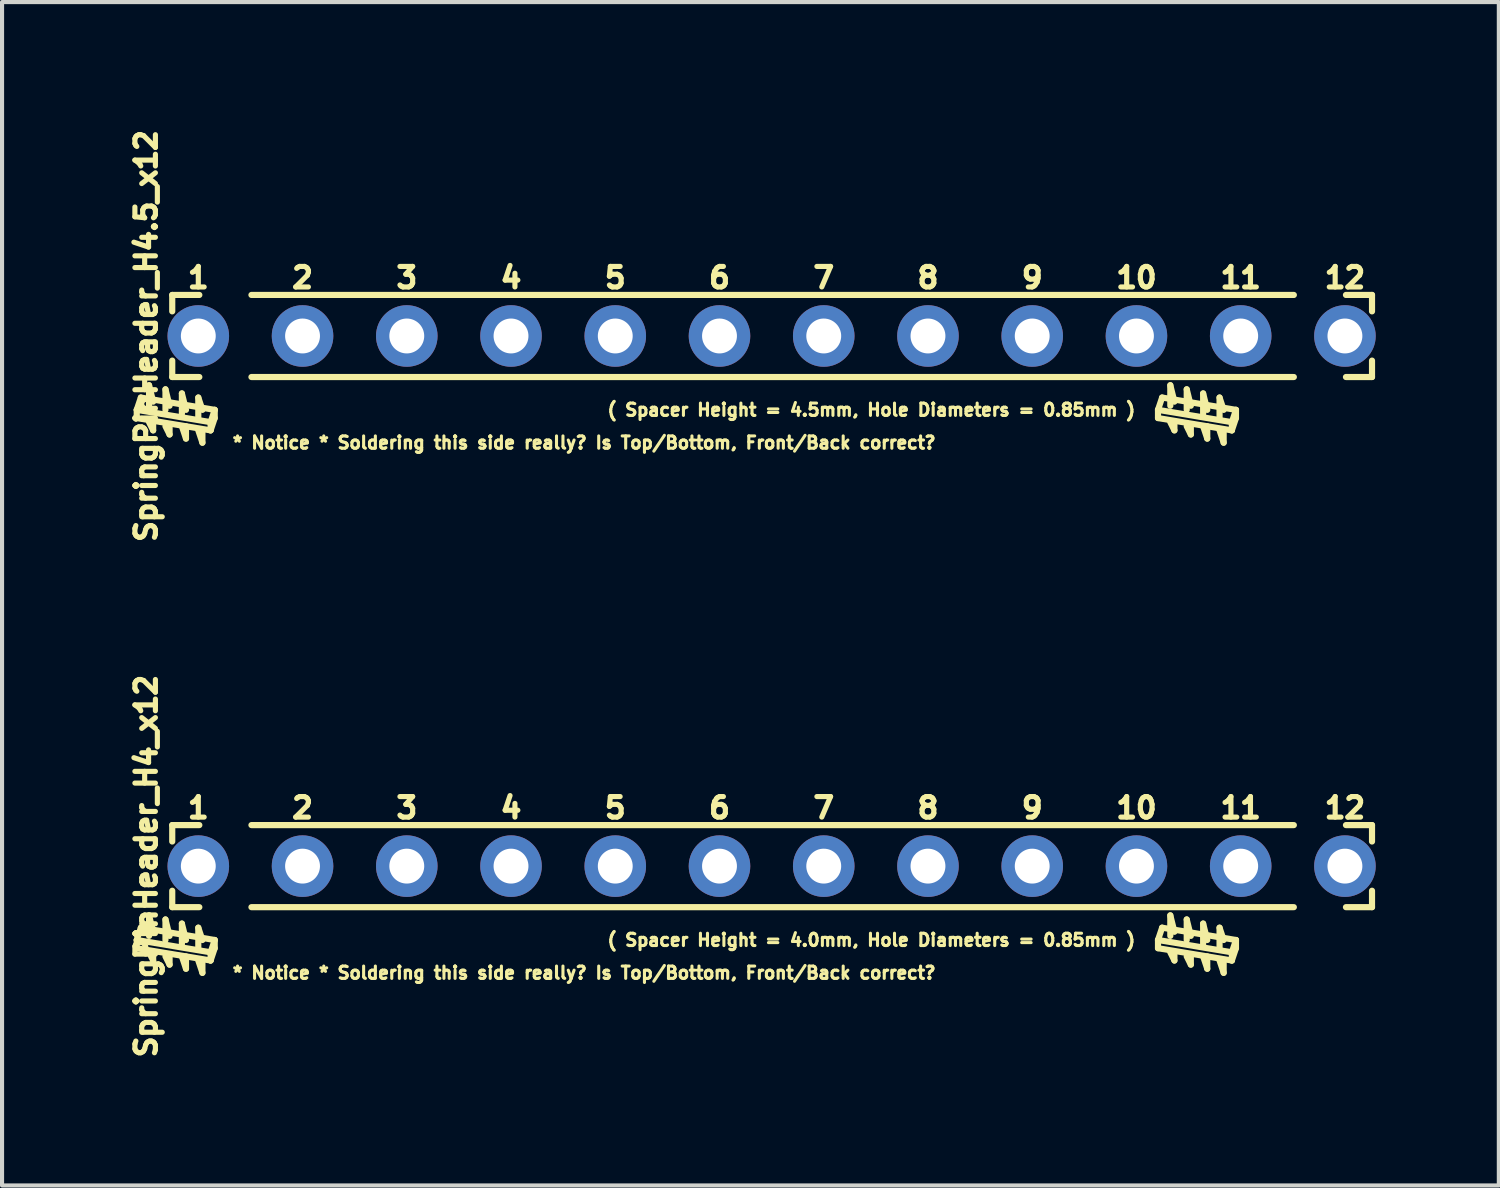
<source format=kicad_pcb>
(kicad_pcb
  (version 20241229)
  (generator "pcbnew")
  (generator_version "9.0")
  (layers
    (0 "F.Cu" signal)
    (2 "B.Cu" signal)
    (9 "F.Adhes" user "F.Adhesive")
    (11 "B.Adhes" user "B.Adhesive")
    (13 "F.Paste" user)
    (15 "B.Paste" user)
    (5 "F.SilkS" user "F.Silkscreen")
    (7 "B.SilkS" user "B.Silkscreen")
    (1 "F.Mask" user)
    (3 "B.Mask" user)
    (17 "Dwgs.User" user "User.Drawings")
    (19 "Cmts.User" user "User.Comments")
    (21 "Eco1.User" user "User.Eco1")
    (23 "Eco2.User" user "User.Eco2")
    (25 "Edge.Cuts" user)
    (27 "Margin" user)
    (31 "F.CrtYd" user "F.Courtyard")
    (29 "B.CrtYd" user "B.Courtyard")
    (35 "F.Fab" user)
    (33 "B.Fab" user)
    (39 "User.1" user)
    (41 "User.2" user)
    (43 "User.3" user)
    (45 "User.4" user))
  (footprint "SpringPinHeader_H4_x12"
    (layer "F.Cu")
    (at 1.782 18.055)
    (property "Reference" "SpringPinHeader_H4_x12" (at -1.27 0 90) (layer "F.SilkS") (effects (font (size 0.5 0.5) (thickness 0.125))))
    (attr through_hole)
    (fp_line (start -1.5 1.8) (end -1.5 2) (stroke (width 0.15) (type solid)) (layer "F.SilkS"))
    (fp_line (start -1.5 1.8) (end 0.3 2.1) (stroke (width 0.15) (type solid)) (layer "F.SilkS"))
    (fp_line (start -1.5 2) (end 0.3 2.3) (stroke (width 0.15) (type solid)) (layer "F.SilkS"))
    (fp_line (start -1.4 1.5) (end -1.5 1.8) (stroke (width 0.15) (type solid)) (layer "F.SilkS"))
    (fp_line (start -1.2 1.2) (end -1.1 1.6) (stroke (width 0.15) (type solid)) (layer "F.SilkS"))
    (fp_line (start -1.2 1.7) (end -1.2 1.2) (stroke (width 0.15) (type solid)) (layer "F.SilkS"))
    (fp_line (start -1.2 2.1) (end -1.1 2.3) (stroke (width 0.15) (type solid)) (layer "F.SilkS"))
    (fp_line (start -1.1 2.3) (end -1.1 2.1) (stroke (width 0.15) (type solid)) (layer "F.SilkS"))
    (fp_line (start -0.8 1.3) (end -0.7 1.7) (stroke (width 0.15) (type solid)) (layer "F.SilkS"))
    (fp_line (start -0.8 1.8) (end -0.8 1.3) (stroke (width 0.15) (type solid)) (layer "F.SilkS"))
    (fp_line (start -0.8 2.2) (end -0.7 2.4) (stroke (width 0.15) (type solid)) (layer "F.SilkS"))
    (fp_line (start -0.7 2.4) (end -0.7 2.2) (stroke (width 0.15) (type solid)) (layer "F.SilkS"))
    (fp_line (start -0.635 -1) (end -0.635 -0.6) (stroke (width 0.15) (type solid)) (layer "F.SilkS"))
    (fp_line (start -0.635 -1) (end 0.025 -1) (stroke (width 0.15) (type solid)) (layer "F.SilkS"))
    (fp_line (start -0.635 1) (end -0.635 0.6) (stroke (width 0.15) (type solid)) (layer "F.SilkS"))
    (fp_line (start -0.635 1) (end 0.025 1) (stroke (width 0.15) (type solid)) (layer "F.SilkS"))
    (fp_line (start -0.4 1.4) (end -0.3 1.8) (stroke (width 0.15) (type solid)) (layer "F.SilkS"))
    (fp_line (start -0.4 1.9) (end -0.4 1.4) (stroke (width 0.15) (type solid)) (layer "F.SilkS"))
    (fp_line (start -0.4 2.2) (end -0.3 2.5) (stroke (width 0.15) (type solid)) (layer "F.SilkS"))
    (fp_line (start -0.3 2.5) (end -0.3 2.2) (stroke (width 0.15) (type solid)) (layer "F.SilkS"))
    (fp_line (start 0 1.5) (end 0.1 1.8) (stroke (width 0.15) (type solid)) (layer "F.SilkS"))
    (fp_line (start 0 2) (end 0 1.5) (stroke (width 0.15) (type solid)) (layer "F.SilkS"))
    (fp_line (start 0 2.3) (end 0.1 2.6) (stroke (width 0.15) (type solid)) (layer "F.SilkS"))
    (fp_line (start 0.1 2.6) (end 0.1 2.3) (stroke (width 0.15) (type solid)) (layer "F.SilkS"))
    (fp_line (start 0.3 2.1) (end 0.4 1.8) (stroke (width 0.15) (type solid)) (layer "F.SilkS"))
    (fp_line (start 0.3 2.3) (end 0.3 2.1) (stroke (width 0.15) (type solid)) (layer "F.SilkS"))
    (fp_line (start 0.4 1.8) (end -1.4 1.5) (stroke (width 0.15) (type solid)) (layer "F.SilkS"))
    (fp_line (start 0.4 1.8) (end 0.4 2) (stroke (width 0.15) (type solid)) (layer "F.SilkS"))
    (fp_line (start 0.4 2) (end 0.3 2.3) (stroke (width 0.15) (type solid)) (layer "F.SilkS"))
    (fp_line (start 1.295 -1) (end 26.695 -1) (stroke (width 0.15) (type solid)) (layer "F.SilkS"))
    (fp_line (start 23.385 1.8) (end 23.385 2) (stroke (width 0.15) (type solid)) (layer "F.SilkS"))
    (fp_line (start 23.385 1.8) (end 25.185 2.1) (stroke (width 0.15) (type solid)) (layer "F.SilkS"))
    (fp_line (start 23.385 2) (end 25.185 2.3) (stroke (width 0.15) (type solid)) (layer "F.SilkS"))
    (fp_line (start 23.485 1.5) (end 23.385 1.8) (stroke (width 0.15) (type solid)) (layer "F.SilkS"))
    (fp_line (start 23.685 1.2) (end 23.785 1.6) (stroke (width 0.15) (type solid)) (layer "F.SilkS"))
    (fp_line (start 23.685 1.7) (end 23.685 1.2) (stroke (width 0.15) (type solid)) (layer "F.SilkS"))
    (fp_line (start 23.685 2.1) (end 23.785 2.3) (stroke (width 0.15) (type solid)) (layer "F.SilkS"))
    (fp_line (start 23.785 2.3) (end 23.785 2.1) (stroke (width 0.15) (type solid)) (layer "F.SilkS"))
    (fp_line (start 24.085 1.3) (end 24.185 1.7) (stroke (width 0.15) (type solid)) (layer "F.SilkS"))
    (fp_line (start 24.085 1.8) (end 24.085 1.3) (stroke (width 0.15) (type solid)) (layer "F.SilkS"))
    (fp_line (start 24.085 2.2) (end 24.185 2.4) (stroke (width 0.15) (type solid)) (layer "F.SilkS"))
    (fp_line (start 24.185 2.4) (end 24.185 2.2) (stroke (width 0.15) (type solid)) (layer "F.SilkS"))
    (fp_line (start 24.485 1.4) (end 24.585 1.8) (stroke (width 0.15) (type solid)) (layer "F.SilkS"))
    (fp_line (start 24.485 1.9) (end 24.485 1.4) (stroke (width 0.15) (type solid)) (layer "F.SilkS"))
    (fp_line (start 24.485 2.2) (end 24.585 2.5) (stroke (width 0.15) (type solid)) (layer "F.SilkS"))
    (fp_line (start 24.585 2.5) (end 24.585 2.2) (stroke (width 0.15) (type solid)) (layer "F.SilkS"))
    (fp_line (start 24.885 1.5) (end 24.985 1.8) (stroke (width 0.15) (type solid)) (layer "F.SilkS"))
    (fp_line (start 24.885 2) (end 24.885 1.5) (stroke (width 0.15) (type solid)) (layer "F.SilkS"))
    (fp_line (start 24.885 2.3) (end 24.985 2.6) (stroke (width 0.15) (type solid)) (layer "F.SilkS"))
    (fp_line (start 24.985 2.6) (end 24.985 2.3) (stroke (width 0.15) (type solid)) (layer "F.SilkS"))
    (fp_line (start 25.185 2.1) (end 25.285 1.8) (stroke (width 0.15) (type solid)) (layer "F.SilkS"))
    (fp_line (start 25.185 2.3) (end 25.185 2.1) (stroke (width 0.15) (type solid)) (layer "F.SilkS"))
    (fp_line (start 25.285 1.8) (end 23.485 1.5) (stroke (width 0.15) (type solid)) (layer "F.SilkS"))
    (fp_line (start 25.285 1.8) (end 25.285 2) (stroke (width 0.15) (type solid)) (layer "F.SilkS"))
    (fp_line (start 25.285 2) (end 25.185 2.3) (stroke (width 0.15) (type solid)) (layer "F.SilkS"))
    (fp_line (start 26.695 1) (end 1.295 1) (stroke (width 0.15) (type solid)) (layer "F.SilkS"))
    (fp_line (start 28.6 -1) (end 27.965 -1) (stroke (width 0.15) (type solid)) (layer "F.SilkS"))
    (fp_line (start 28.6 -1) (end 28.6 -0.6) (stroke (width 0.15) (type solid)) (layer "F.SilkS"))
    (fp_line (start 28.6 0.6) (end 28.6 1) (stroke (width 0.15) (type solid)) (layer "F.SilkS"))
    (fp_line (start 28.6 1) (end 27.965 1) (stroke (width 0.15) (type solid)) (layer "F.SilkS"))
    (fp_text user "5" (at 10.16 -1.42 0) (layer "F.SilkS") (effects (font (size 0.5 0.5) (thickness 0.125))))
    (fp_text user "11" (at 25.4 -1.42 0) (layer "F.SilkS") (effects (font (size 0.5 0.5) (thickness 0.125))))
    (fp_text user "6" (at 12.7 -1.42 0) (layer "F.SilkS") (effects (font (size 0.5 0.5) (thickness 0.125))))
    (fp_text user "8" (at 17.78 -1.42 0) (layer "F.SilkS") (effects (font (size 0.5 0.5) (thickness 0.125))))
    (fp_text user "( Spacer Height = 4.0mm, Hole Diameters = 0.85mm )" (at 16.4 1.8 0) (layer "F.SilkS") (effects (font (size 0.3 0.3) (thickness 0.075))))
    (fp_text user "12" (at 27.94 -1.42 0) (layer "F.SilkS") (effects (font (size 0.5 0.5) (thickness 0.125))))
    (fp_text user "7" (at 15.24 -1.42 0) (layer "F.SilkS") (effects (font (size 0.5 0.5) (thickness 0.125))))
    (fp_text user "2" (at 2.54 -1.42 0) (layer "F.SilkS") (effects (font (size 0.5 0.5) (thickness 0.125))))
    (fp_text user "* Notice * Soldering this side really? Is Top/Bottom, Front/Back correct?" (at 9.4 2.6 0) (layer "F.SilkS") (effects (font (size 0.3 0.3) (thickness 0.075))))
    (fp_text user "3" (at 5.08 -1.42 0) (layer "F.SilkS") (effects (font (size 0.5 0.5) (thickness 0.125))))
    (fp_text user "4" (at 7.62 -1.42 0) (layer "F.SilkS") (effects (font (size 0.5 0.5) (thickness 0.125))))
    (fp_text user "10" (at 22.86 -1.42 0) (layer "F.SilkS") (effects (font (size 0.5 0.5) (thickness 0.125))))
    (fp_text user "1" (at 0 -1.42 0) (layer "F.SilkS") (effects (font (size 0.5 0.5) (thickness 0.125))))
    (fp_text user "9" (at 20.32 -1.42 0) (layer "F.SilkS") (effects (font (size 0.5 0.5) (thickness 0.125))))
    (pad "1" thru_hole circle (at 0 0 90) (size 1.5 1.5) (drill 0.85) (layers "*.Cu" "*.Mask"))
    (pad "2" thru_hole circle (at 2.54 0) (size 1.5 1.5) (drill 0.85) (layers "*.Cu" "*.Mask"))
    (pad "3" thru_hole circle (at 5.08 0) (size 1.5 1.5) (drill 0.85) (layers "*.Cu" "*.Mask"))
    (pad "4" thru_hole circle (at 7.62 0) (size 1.5 1.5) (drill 0.85) (layers "*.Cu" "*.Mask"))
    (pad "5" thru_hole circle (at 10.16 0) (size 1.5 1.5) (drill 0.85) (layers "*.Cu" "*.Mask"))
    (pad "6" thru_hole circle (at 12.7 0) (size 1.5 1.5) (drill 0.85) (layers "*.Cu" "*.Mask"))
    (pad "7" thru_hole circle (at 15.24 0) (size 1.5 1.5) (drill 0.85) (layers "*.Cu" "*.Mask"))
    (pad "8" thru_hole circle (at 17.78 0) (size 1.5 1.5) (drill 0.85) (layers "*.Cu" "*.Mask"))
    (pad "9" thru_hole circle (at 20.32 0) (size 1.5 1.5) (drill 0.85) (layers "*.Cu" "*.Mask"))
    (pad "10" thru_hole circle (at 22.86 0) (size 1.5 1.5) (drill 0.85) (layers "*.Cu" "*.Mask"))
    (pad "11" thru_hole circle (at 25.4 0) (size 1.5 1.5) (drill 0.85) (layers "*.Cu" "*.Mask"))
    (pad "12" thru_hole circle (at 27.94 0) (size 1.5 1.5) (drill 0.85) (layers "*.Cu" "*.Mask")))
  (footprint "SpringPinHeader_H4.5_x12"
    (layer "F.Cu")
    (at 1.782 5.137)
    (property "Reference" "SpringPinHeader_H4.5_x12" (at -1.27 0 90) (layer "F.SilkS") (effects (font (size 0.5 0.5) (thickness 0.125))))
    (attr through_hole)
    (fp_line (start -1.5 1.8) (end -1.5 2) (stroke (width 0.15) (type solid)) (layer "F.SilkS"))
    (fp_line (start -1.5 1.8) (end 0.3 2.1) (stroke (width 0.15) (type solid)) (layer "F.SilkS"))
    (fp_line (start -1.5 2) (end 0.3 2.3) (stroke (width 0.15) (type solid)) (layer "F.SilkS"))
    (fp_line (start -1.4 1.5) (end -1.5 1.8) (stroke (width 0.15) (type solid)) (layer "F.SilkS"))
    (fp_line (start -1.2 1.2) (end -1.1 1.6) (stroke (width 0.15) (type solid)) (layer "F.SilkS"))
    (fp_line (start -1.2 1.7) (end -1.2 1.2) (stroke (width 0.15) (type solid)) (layer "F.SilkS"))
    (fp_line (start -1.2 2.1) (end -1.1 2.3) (stroke (width 0.15) (type solid)) (layer "F.SilkS"))
    (fp_line (start -1.1 2.3) (end -1.1 2.1) (stroke (width 0.15) (type solid)) (layer "F.SilkS"))
    (fp_line (start -0.8 1.3) (end -0.7 1.7) (stroke (width 0.15) (type solid)) (layer "F.SilkS"))
    (fp_line (start -0.8 1.8) (end -0.8 1.3) (stroke (width 0.15) (type solid)) (layer "F.SilkS"))
    (fp_line (start -0.8 2.2) (end -0.7 2.4) (stroke (width 0.15) (type solid)) (layer "F.SilkS"))
    (fp_line (start -0.7 2.4) (end -0.7 2.2) (stroke (width 0.15) (type solid)) (layer "F.SilkS"))
    (fp_line (start -0.635 -1) (end -0.635 -0.6) (stroke (width 0.15) (type solid)) (layer "F.SilkS"))
    (fp_line (start -0.635 -1) (end 0.025 -1) (stroke (width 0.15) (type solid)) (layer "F.SilkS"))
    (fp_line (start -0.635 1) (end -0.635 0.6) (stroke (width 0.15) (type solid)) (layer "F.SilkS"))
    (fp_line (start -0.635 1) (end 0.025 1) (stroke (width 0.15) (type solid)) (layer "F.SilkS"))
    (fp_line (start -0.4 1.4) (end -0.3 1.8) (stroke (width 0.15) (type solid)) (layer "F.SilkS"))
    (fp_line (start -0.4 1.9) (end -0.4 1.4) (stroke (width 0.15) (type solid)) (layer "F.SilkS"))
    (fp_line (start -0.4 2.2) (end -0.3 2.5) (stroke (width 0.15) (type solid)) (layer "F.SilkS"))
    (fp_line (start -0.3 2.5) (end -0.3 2.2) (stroke (width 0.15) (type solid)) (layer "F.SilkS"))
    (fp_line (start 0 1.5) (end 0.1 1.8) (stroke (width 0.15) (type solid)) (layer "F.SilkS"))
    (fp_line (start 0 2) (end 0 1.5) (stroke (width 0.15) (type solid)) (layer "F.SilkS"))
    (fp_line (start 0 2.3) (end 0.1 2.6) (stroke (width 0.15) (type solid)) (layer "F.SilkS"))
    (fp_line (start 0.1 2.6) (end 0.1 2.3) (stroke (width 0.15) (type solid)) (layer "F.SilkS"))
    (fp_line (start 0.3 2.1) (end 0.4 1.8) (stroke (width 0.15) (type solid)) (layer "F.SilkS"))
    (fp_line (start 0.3 2.3) (end 0.3 2.1) (stroke (width 0.15) (type solid)) (layer "F.SilkS"))
    (fp_line (start 0.4 1.8) (end -1.4 1.5) (stroke (width 0.15) (type solid)) (layer "F.SilkS"))
    (fp_line (start 0.4 1.8) (end 0.4 2) (stroke (width 0.15) (type solid)) (layer "F.SilkS"))
    (fp_line (start 0.4 2) (end 0.3 2.3) (stroke (width 0.15) (type solid)) (layer "F.SilkS"))
    (fp_line (start 1.295 -1) (end 26.695 -1) (stroke (width 0.15) (type solid)) (layer "F.SilkS"))
    (fp_line (start 23.385 1.8) (end 23.385 2) (stroke (width 0.15) (type solid)) (layer "F.SilkS"))
    (fp_line (start 23.385 1.8) (end 25.185 2.1) (stroke (width 0.15) (type solid)) (layer "F.SilkS"))
    (fp_line (start 23.385 2) (end 25.185 2.3) (stroke (width 0.15) (type solid)) (layer "F.SilkS"))
    (fp_line (start 23.485 1.5) (end 23.385 1.8) (stroke (width 0.15) (type solid)) (layer "F.SilkS"))
    (fp_line (start 23.685 1.2) (end 23.785 1.6) (stroke (width 0.15) (type solid)) (layer "F.SilkS"))
    (fp_line (start 23.685 1.7) (end 23.685 1.2) (stroke (width 0.15) (type solid)) (layer "F.SilkS"))
    (fp_line (start 23.685 2.1) (end 23.785 2.3) (stroke (width 0.15) (type solid)) (layer "F.SilkS"))
    (fp_line (start 23.785 2.3) (end 23.785 2.1) (stroke (width 0.15) (type solid)) (layer "F.SilkS"))
    (fp_line (start 24.085 1.3) (end 24.185 1.7) (stroke (width 0.15) (type solid)) (layer "F.SilkS"))
    (fp_line (start 24.085 1.8) (end 24.085 1.3) (stroke (width 0.15) (type solid)) (layer "F.SilkS"))
    (fp_line (start 24.085 2.2) (end 24.185 2.4) (stroke (width 0.15) (type solid)) (layer "F.SilkS"))
    (fp_line (start 24.185 2.4) (end 24.185 2.2) (stroke (width 0.15) (type solid)) (layer "F.SilkS"))
    (fp_line (start 24.485 1.4) (end 24.585 1.8) (stroke (width 0.15) (type solid)) (layer "F.SilkS"))
    (fp_line (start 24.485 1.9) (end 24.485 1.4) (stroke (width 0.15) (type solid)) (layer "F.SilkS"))
    (fp_line (start 24.485 2.2) (end 24.585 2.5) (stroke (width 0.15) (type solid)) (layer "F.SilkS"))
    (fp_line (start 24.585 2.5) (end 24.585 2.2) (stroke (width 0.15) (type solid)) (layer "F.SilkS"))
    (fp_line (start 24.885 1.5) (end 24.985 1.8) (stroke (width 0.15) (type solid)) (layer "F.SilkS"))
    (fp_line (start 24.885 2) (end 24.885 1.5) (stroke (width 0.15) (type solid)) (layer "F.SilkS"))
    (fp_line (start 24.885 2.3) (end 24.985 2.6) (stroke (width 0.15) (type solid)) (layer "F.SilkS"))
    (fp_line (start 24.985 2.6) (end 24.985 2.3) (stroke (width 0.15) (type solid)) (layer "F.SilkS"))
    (fp_line (start 25.185 2.1) (end 25.285 1.8) (stroke (width 0.15) (type solid)) (layer "F.SilkS"))
    (fp_line (start 25.185 2.3) (end 25.185 2.1) (stroke (width 0.15) (type solid)) (layer "F.SilkS"))
    (fp_line (start 25.285 1.8) (end 23.485 1.5) (stroke (width 0.15) (type solid)) (layer "F.SilkS"))
    (fp_line (start 25.285 1.8) (end 25.285 2) (stroke (width 0.15) (type solid)) (layer "F.SilkS"))
    (fp_line (start 25.285 2) (end 25.185 2.3) (stroke (width 0.15) (type solid)) (layer "F.SilkS"))
    (fp_line (start 26.695 1) (end 1.295 1) (stroke (width 0.15) (type solid)) (layer "F.SilkS"))
    (fp_line (start 28.6 -1) (end 27.965 -1) (stroke (width 0.15) (type solid)) (layer "F.SilkS"))
    (fp_line (start 28.6 -1) (end 28.6 -0.6) (stroke (width 0.15) (type solid)) (layer "F.SilkS"))
    (fp_line (start 28.6 0.6) (end 28.6 1) (stroke (width 0.15) (type solid)) (layer "F.SilkS"))
    (fp_line (start 28.6 1) (end 27.965 1) (stroke (width 0.15) (type solid)) (layer "F.SilkS"))
    (fp_text user "6" (at 12.7 -1.42 0) (layer "F.SilkS") (effects (font (size 0.5 0.5) (thickness 0.125))))
    (fp_text user "( Spacer Height = 4.5mm, Hole Diameters = 0.85mm )" (at 16.4 1.8 0) (layer "F.SilkS") (effects (font (size 0.3 0.3) (thickness 0.075))))
    (fp_text user "12" (at 27.94 -1.42 0) (layer "F.SilkS") (effects (font (size 0.5 0.5) (thickness 0.125))))
    (fp_text user "5" (at 10.16 -1.42 0) (layer "F.SilkS") (effects (font (size 0.5 0.5) (thickness 0.125))))
    (fp_text user "9" (at 20.32 -1.42 0) (layer "F.SilkS") (effects (font (size 0.5 0.5) (thickness 0.125))))
    (fp_text user "7" (at 15.24 -1.42 0) (layer "F.SilkS") (effects (font (size 0.5 0.5) (thickness 0.125))))
    (fp_text user "* Notice * Soldering this side really? Is Top/Bottom, Front/Back correct?" (at 9.4 2.6 0) (layer "F.SilkS") (effects (font (size 0.3 0.3) (thickness 0.075))))
    (fp_text user "10" (at 22.86 -1.42 0) (layer "F.SilkS") (effects (font (size 0.5 0.5) (thickness 0.125))))
    (fp_text user "8" (at 17.78 -1.42 0) (layer "F.SilkS") (effects (font (size 0.5 0.5) (thickness 0.125))))
    (fp_text user "2" (at 2.54 -1.42 0) (layer "F.SilkS") (effects (font (size 0.5 0.5) (thickness 0.125))))
    (fp_text user "1" (at 0 -1.42 0) (layer "F.SilkS") (effects (font (size 0.5 0.5) (thickness 0.125))))
    (fp_text user "3" (at 5.08 -1.42 0) (layer "F.SilkS") (effects (font (size 0.5 0.5) (thickness 0.125))))
    (fp_text user "4" (at 7.62 -1.42 0) (layer "F.SilkS") (effects (font (size 0.5 0.5) (thickness 0.125))))
    (fp_text user "11" (at 25.4 -1.42 0) (layer "F.SilkS") (effects (font (size 0.5 0.5) (thickness 0.125))))
    (pad "1" thru_hole circle (at 0 0 90) (size 1.5 1.5) (drill 0.85) (layers "*.Cu" "*.Mask"))
    (pad "2" thru_hole circle (at 2.54 0) (size 1.5 1.5) (drill 0.85) (layers "*.Cu" "*.Mask"))
    (pad "3" thru_hole circle (at 5.08 0) (size 1.5 1.5) (drill 0.85) (layers "*.Cu" "*.Mask"))
    (pad "4" thru_hole circle (at 7.62 0) (size 1.5 1.5) (drill 0.85) (layers "*.Cu" "*.Mask"))
    (pad "5" thru_hole circle (at 10.16 0) (size 1.5 1.5) (drill 0.85) (layers "*.Cu" "*.Mask"))
    (pad "6" thru_hole circle (at 12.7 0) (size 1.5 1.5) (drill 0.85) (layers "*.Cu" "*.Mask"))
    (pad "7" thru_hole circle (at 15.24 0) (size 1.5 1.5) (drill 0.85) (layers "*.Cu" "*.Mask"))
    (pad "8" thru_hole circle (at 17.78 0) (size 1.5 1.5) (drill 0.85) (layers "*.Cu" "*.Mask"))
    (pad "9" thru_hole circle (at 20.32 0) (size 1.5 1.5) (drill 0.85) (layers "*.Cu" "*.Mask"))
    (pad "10" thru_hole circle (at 22.86 0) (size 1.5 1.5) (drill 0.85) (layers "*.Cu" "*.Mask"))
    (pad "11" thru_hole circle (at 25.4 0) (size 1.5 1.5) (drill 0.85) (layers "*.Cu" "*.Mask"))
    (pad "12" thru_hole circle (at 27.94 0) (size 1.5 1.5) (drill 0.85) (layers "*.Cu" "*.Mask")))
  (gr_rect
    (start -3 -3)
    (end 33.472 25.836)
    (stroke (width 0.1) (type default))
    (fill no)
    (layer "Edge.Cuts")))
</source>
